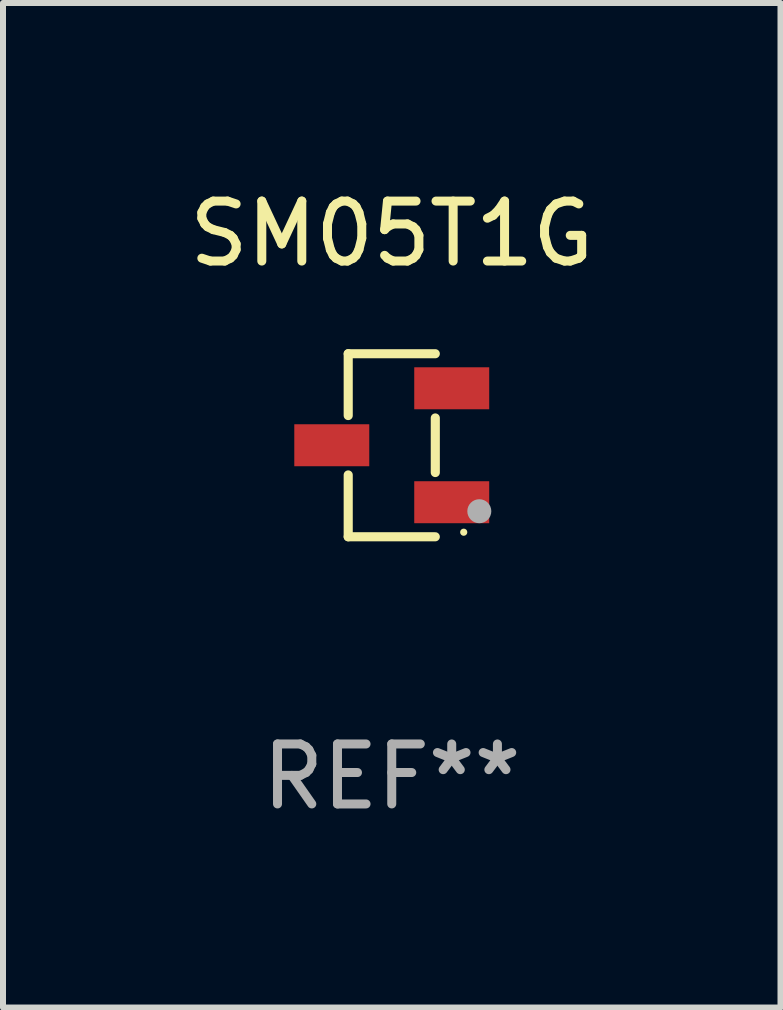
<source format=kicad_pcb>
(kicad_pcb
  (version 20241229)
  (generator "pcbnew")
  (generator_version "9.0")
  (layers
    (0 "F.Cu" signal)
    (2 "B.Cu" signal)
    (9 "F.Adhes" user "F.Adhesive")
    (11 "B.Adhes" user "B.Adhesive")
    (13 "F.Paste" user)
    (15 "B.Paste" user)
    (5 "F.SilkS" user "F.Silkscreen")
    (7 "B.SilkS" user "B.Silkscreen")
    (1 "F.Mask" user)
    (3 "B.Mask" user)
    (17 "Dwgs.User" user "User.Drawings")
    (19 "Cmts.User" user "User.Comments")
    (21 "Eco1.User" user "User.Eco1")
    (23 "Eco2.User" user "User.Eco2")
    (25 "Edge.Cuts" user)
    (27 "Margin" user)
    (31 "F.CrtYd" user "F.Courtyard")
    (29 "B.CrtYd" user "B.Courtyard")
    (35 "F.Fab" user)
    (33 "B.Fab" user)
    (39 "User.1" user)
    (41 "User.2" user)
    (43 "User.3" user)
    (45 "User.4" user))
  (footprint "SM05T1G"
    (layer "F.Cu")
    (at 3.482 4.374)
    (property "Reference" "SM05T1G" (at 0 -3.526 0) (layer "F.SilkS") (effects (font (size 1 1) (thickness 0.15))))
    (attr through_hole)
    (fp_line (start -0.726 -1.526) (end -0.726 -0.495) (stroke (width 0.152) (type solid)) (layer "F.SilkS"))
    (fp_line (start -0.726 1.526) (end -0.726 0.495) (stroke (width 0.152) (type solid)) (layer "F.SilkS"))
    (fp_line (start 0.726 -1.526) (end -0.726 -1.526) (stroke (width 0.152) (type solid)) (layer "F.SilkS"))
    (fp_line (start 0.726 -0.455) (end 0.726 0.455) (stroke (width 0.152) (type solid)) (layer "F.SilkS"))
    (fp_line (start 0.726 1.526) (end -0.726 1.526) (stroke (width 0.152) (type solid)) (layer "F.SilkS"))
    (fp_circle (center 1.2 1.45) (end 1.23 1.45) (stroke (width 0.06) (type solid)) (fill no) (layer "F.SilkS"))
    (fp_circle (center 1.46 1.1) (end 1.56 1.1) (stroke (width 0.2) (type solid)) (fill no) (layer "F.Fab"))
    (fp_text user "REF**" (at 0 5.526 0) (layer "F.Fab") (effects (font (size 1 1) (thickness 0.15))))
    (pad "1" smd rect (at 1 0.95) (size 1.25 0.7) (layers "F.Cu" "F.Mask" "F.Paste"))
    (pad "2" smd rect (at 1 -0.95) (size 1.25 0.7) (layers "F.Cu" "F.Mask" "F.Paste"))
    (pad "3" smd rect (at -1 0) (size 1.25 0.7) (layers "F.Cu" "F.Mask" "F.Paste")))
  (gr_rect
    (start -3 -3)
    (end 9.964 13.749)
    (stroke (width 0.1) (type default))
    (fill no)
    (layer "Edge.Cuts")))
</source>
